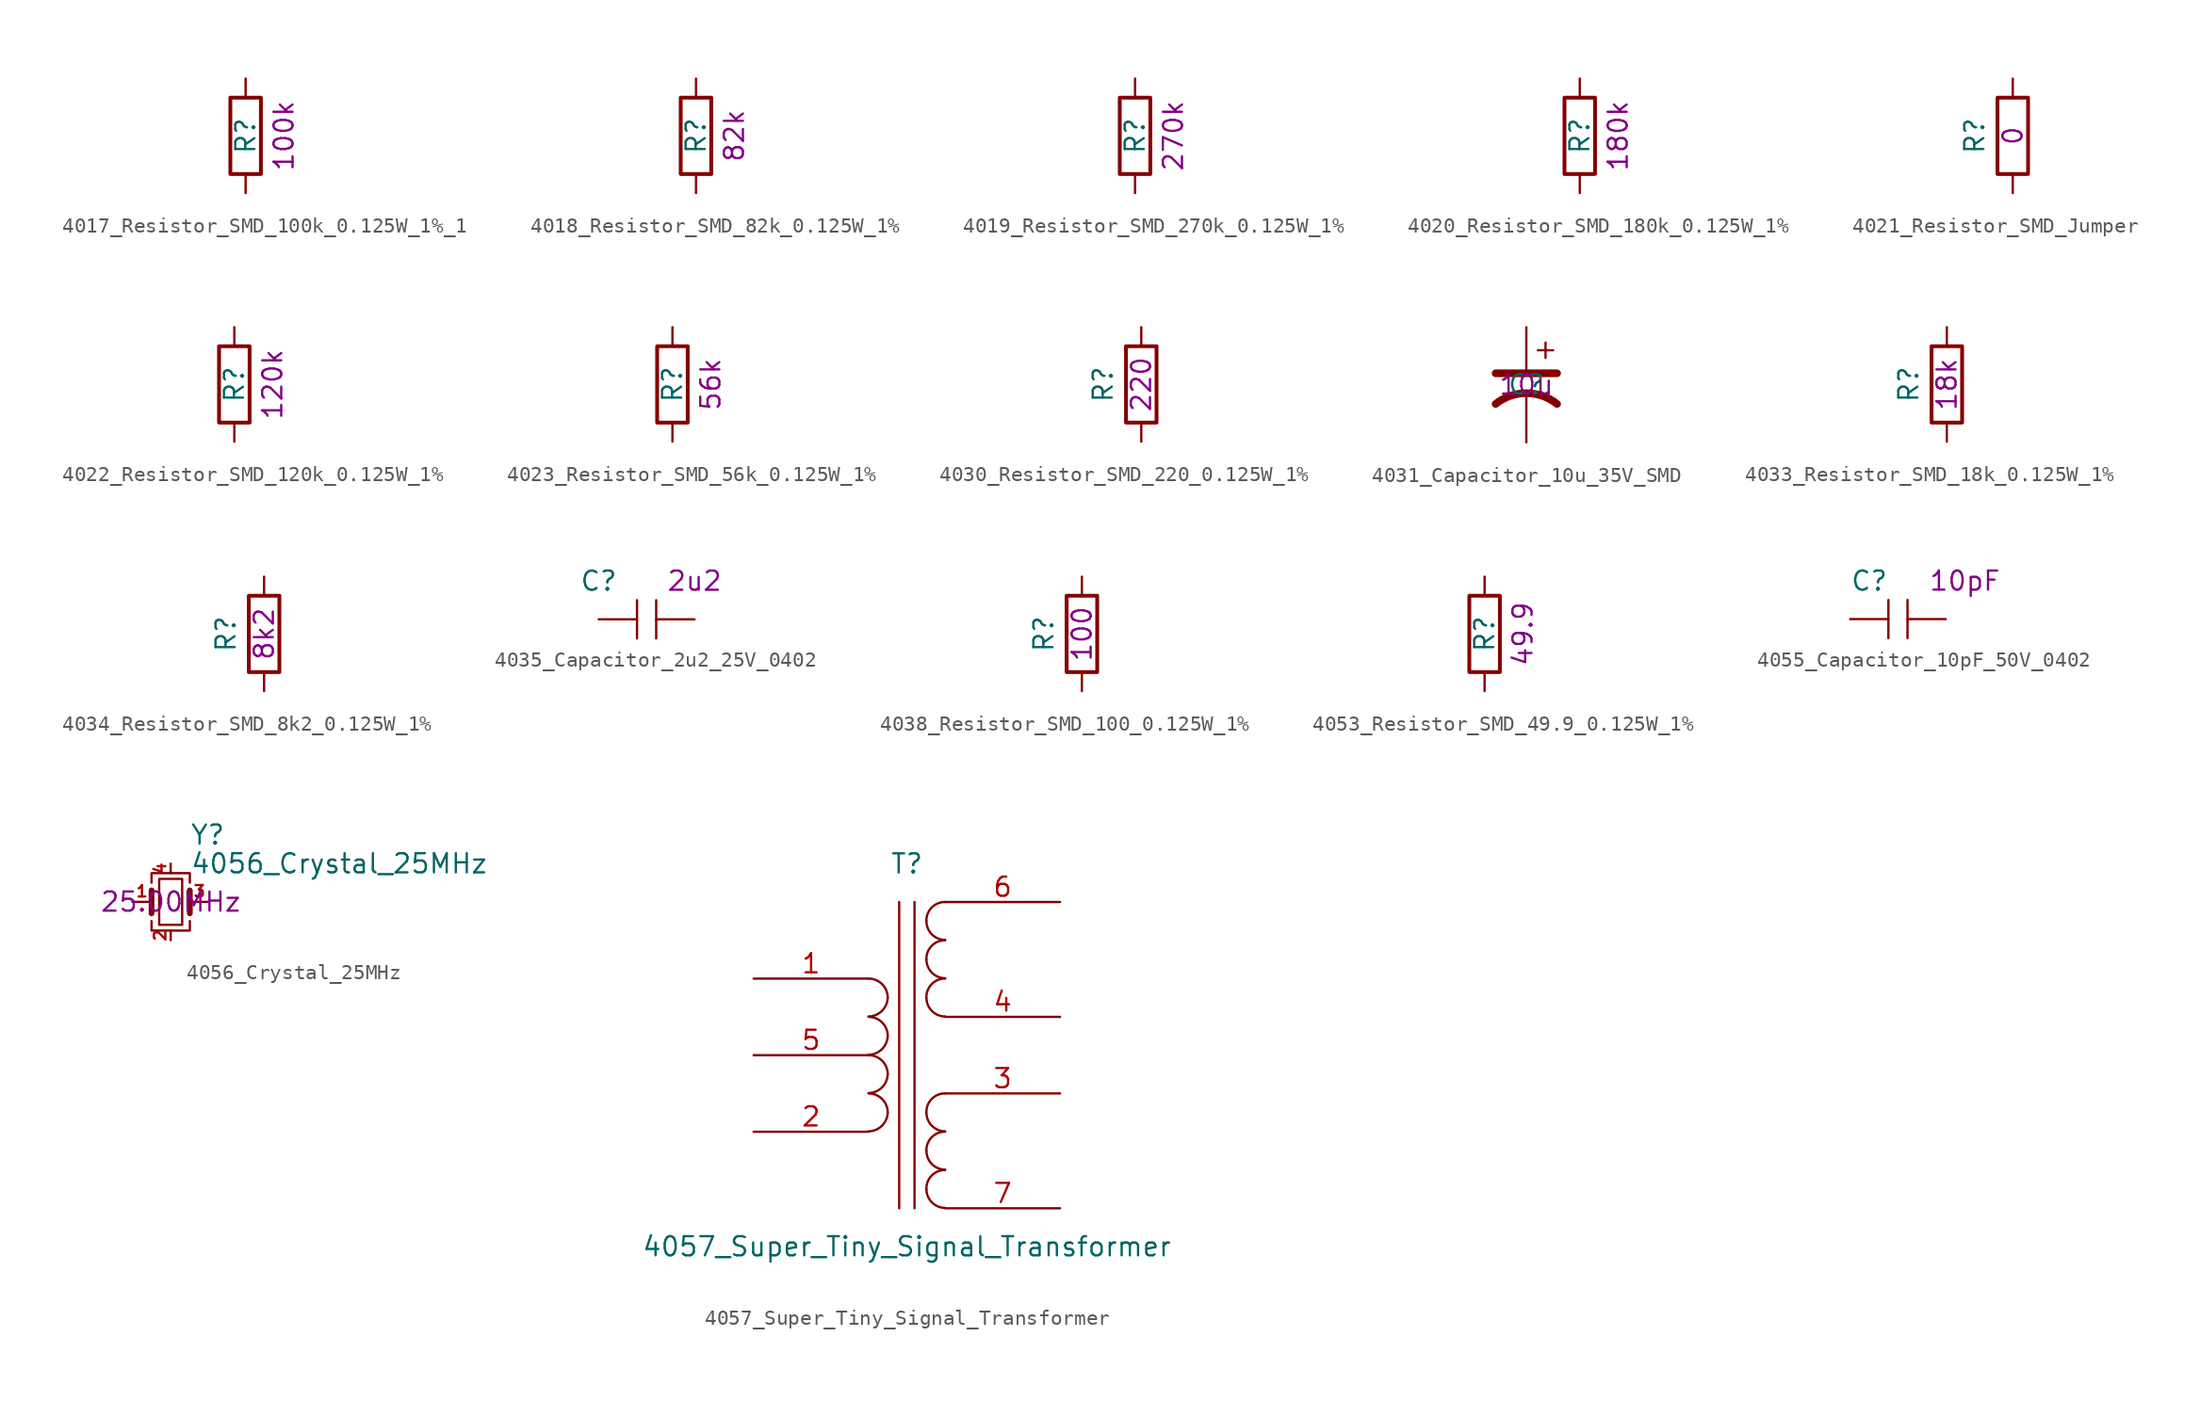
<source format=kicad_sym>
(kicad_symbol_lib
  (version 20211014)
  (generator kicad_symbol_editor)
  (symbol "4017_Resistor_SMD_100k_0.125W_1%_1"
    (pin_numbers hide)
    (pin_names
      (offset 0) hide)
    (property "Reference" "R"
      (at 0 0 90)
      (effects (font (size 1.27 1.27))))
    (property "Val" "100k"
      (at 2.54 0 90)
      (effects (font (size 1.27 1.27))))
    (symbol "4017_Resistor_SMD_100k_0.125W_1%_1_1_1"
      (rectangle (start -1.016 -2.54) (end 1.016 2.54) (stroke (width 0.254) (type default) (color 0 0 0 0)) (fill (type none)))
      (pin passive line (at 0 3.81 270) (length 1.27) (name "~" (effects (font (size 1.27 1.27)))) (number "1" (effects (font (size 1.27 1.27)))))
      (pin passive line (at 0 -3.81 90) (length 1.27) (name "~" (effects (font (size 1.27 1.27)))) (number "2" (effects (font (size 1.27 1.27)))))))
  (symbol "4018_Resistor_SMD_82k_0.125W_1%"
    (pin_numbers hide)
    (pin_names
      (offset 0) hide)
    (property "Reference" "R"
      (at 0 0 90)
      (effects (font (size 1.27 1.27))))
    (property "Val" "82k"
      (at 2.54 0 90)
      (effects (font (size 1.27 1.27))))
    (symbol "4018_Resistor_SMD_82k_0.125W_1%_1_1"
      (rectangle (start -1.016 -2.54) (end 1.016 2.54) (stroke (width 0.254) (type default) (color 0 0 0 0)) (fill (type none)))
      (pin passive line (at 0 3.81 270) (length 1.27) (name "~" (effects (font (size 1.27 1.27)))) (number "1" (effects (font (size 1.27 1.27)))))
      (pin passive line (at 0 -3.81 90) (length 1.27) (name "~" (effects (font (size 1.27 1.27)))) (number "2" (effects (font (size 1.27 1.27)))))))
  (symbol "4019_Resistor_SMD_270k_0.125W_1%"
    (pin_numbers hide)
    (pin_names
      (offset 0) hide)
    (property "Reference" "R"
      (at 0 0 90)
      (effects (font (size 1.27 1.27))))
    (property "Val" "270k"
      (at 2.54 0 90)
      (effects (font (size 1.27 1.27))))
    (symbol "4019_Resistor_SMD_270k_0.125W_1%_1_1"
      (rectangle (start -1.016 -2.54) (end 1.016 2.54) (stroke (width 0.254) (type default) (color 0 0 0 0)) (fill (type none)))
      (pin passive line (at 0 3.81 270) (length 1.27) (name "~" (effects (font (size 1.27 1.27)))) (number "1" (effects (font (size 1.27 1.27)))))
      (pin passive line (at 0 -3.81 90) (length 1.27) (name "~" (effects (font (size 1.27 1.27)))) (number "2" (effects (font (size 1.27 1.27)))))))
  (symbol "4020_Resistor_SMD_180k_0.125W_1%"
    (pin_numbers hide)
    (pin_names
      (offset 0) hide)
    (property "Reference" "R"
      (at 0 0 90)
      (effects (font (size 1.27 1.27))))
    (property "Val" "180k"
      (at 2.54 0 90)
      (effects (font (size 1.27 1.27))))
    (symbol "4020_Resistor_SMD_180k_0.125W_1%_1_1"
      (rectangle (start -1.016 -2.54) (end 1.016 2.54) (stroke (width 0.254) (type default) (color 0 0 0 0)) (fill (type none)))
      (pin passive line (at 0 3.81 270) (length 1.27) (name "~" (effects (font (size 1.27 1.27)))) (number "1" (effects (font (size 1.27 1.27)))))
      (pin passive line (at 0 -3.81 90) (length 1.27) (name "~" (effects (font (size 1.27 1.27)))) (number "2" (effects (font (size 1.27 1.27)))))))
  (symbol "4021_Resistor_SMD_Jumper"
    (pin_numbers hide)
    (pin_names
      (offset 0) hide)
    (property "Reference" "R"
      (at -2.54 0 90)
      (effects (font (size 1.27 1.27))))
    (property "Val" "0"
      (at 0 0 90)
      (effects (font (size 1.27 1.27))))
    (symbol "4021_Resistor_SMD_Jumper_1_1"
      (rectangle (start -1.016 -2.54) (end 1.016 2.54) (stroke (width 0.254) (type default) (color 0 0 0 0)) (fill (type none)))
      (pin passive line (at 0 3.81 270) (length 1.27) (name "~" (effects (font (size 1.27 1.27)))) (number "1" (effects (font (size 1.27 1.27)))))
      (pin passive line (at 0 -3.81 90) (length 1.27) (name "~" (effects (font (size 1.27 1.27)))) (number "2" (effects (font (size 1.27 1.27)))))))
  (symbol "4022_Resistor_SMD_120k_0.125W_1%"
    (pin_numbers hide)
    (pin_names
      (offset 0) hide)
    (property "Reference" "R"
      (at 0 0 90)
      (effects (font (size 1.27 1.27))))
    (property "Val" "120k"
      (at 2.54 0 90)
      (effects (font (size 1.27 1.27))))
    (symbol "4022_Resistor_SMD_120k_0.125W_1%_1_1"
      (rectangle (start -1.016 -2.54) (end 1.016 2.54) (stroke (width 0.254) (type default) (color 0 0 0 0)) (fill (type none)))
      (pin passive line (at 0 3.81 270) (length 1.27) (name "~" (effects (font (size 1.27 1.27)))) (number "1" (effects (font (size 1.27 1.27)))))
      (pin passive line (at 0 -3.81 90) (length 1.27) (name "~" (effects (font (size 1.27 1.27)))) (number "2" (effects (font (size 1.27 1.27)))))))
  (symbol "4023_Resistor_SMD_56k_0.125W_1%"
    (pin_numbers hide)
    (pin_names
      (offset 0) hide)
    (property "Reference" "R"
      (at 0 0 90)
      (effects (font (size 1.27 1.27))))
    (property "Val" "56k"
      (at 2.54 0 90)
      (effects (font (size 1.27 1.27))))
    (symbol "4023_Resistor_SMD_56k_0.125W_1%_1_1"
      (rectangle (start -1.016 -2.54) (end 1.016 2.54) (stroke (width 0.254) (type default) (color 0 0 0 0)) (fill (type none)))
      (pin passive line (at 0 3.81 270) (length 1.27) (name "~" (effects (font (size 1.27 1.27)))) (number "1" (effects (font (size 1.27 1.27)))))
      (pin passive line (at 0 -3.81 90) (length 1.27) (name "~" (effects (font (size 1.27 1.27)))) (number "2" (effects (font (size 1.27 1.27)))))))
  (symbol "4030_Resistor_SMD_220_0.125W_1%"
    (pin_numbers hide)
    (pin_names
      (offset 0) hide)
    (property "Reference" "R"
      (at -2.54 0 90)
      (effects (font (size 1.27 1.27))))
    (property "Val" "220"
      (at 0 0 90)
      (effects (font (size 1.27 1.27))))
    (symbol "4030_Resistor_SMD_220_0.125W_1%_1_1"
      (rectangle (start -1.016 -2.54) (end 1.016 2.54) (stroke (width 0.254) (type default) (color 0 0 0 0)) (fill (type none)))
      (pin passive line (at 0 3.81 270) (length 1.27) (name "~" (effects (font (size 1.27 1.27)))) (number "1" (effects (font (size 1.27 1.27)))))
      (pin passive line (at 0 -3.81 90) (length 1.27) (name "~" (effects (font (size 1.27 1.27)))) (number "2" (effects (font (size 1.27 1.27)))))))
  (symbol "4031_Capacitor_10u_35V_SMD"
    (pin_numbers hide)
    (pin_names
      (offset 1.016) hide)
    (property "Reference" "C"
      (at 0 0 0)
      (effects (font (size 1.27 1.27))))
    (property "Val" "10u"
      (at 0 0 0)
      (effects (font (size 1.27 1.27))))
    (symbol "4031_Capacitor_10u_35V_SMD_1_1"
      (polyline (pts (xy -2.032 0.762) (xy 2.032 0.762)) (stroke (width 0.508) (type default) (color 0 0 0 0)) (fill (type none)))
      (polyline (pts (xy 0.762 2.286) (xy 1.778 2.286)) (stroke (width 0) (type default) (color 0 0 0 0)) (fill (type none)))
      (polyline (pts (xy 1.27 1.778) (xy 1.27 2.794)) (stroke (width 0) (type default) (color 0 0 0 0)) (fill (type none)))
      (arc (start 2.032 -1.27) (mid 0 -0.5572) (end -2.032 -1.27) (stroke (width 0.508) (type default) (color 0 0 0 0)) (fill (type none)))
      (pin passive line (at 0 3.81 270) (length 2.794) (name "~" (effects (font (size 1.27 1.27)))) (number "1" (effects (font (size 1.27 1.27)))))
      (pin passive line (at 0 -3.81 90) (length 3.302) (name "~" (effects (font (size 1.27 1.27)))) (number "2" (effects (font (size 1.27 1.27)))))))
  (symbol "4033_Resistor_SMD_18k_0.125W_1%"
    (pin_numbers hide)
    (pin_names
      (offset 0) hide)
    (property "Reference" "R"
      (at -2.54 0 90)
      (effects (font (size 1.27 1.27))))
    (property "Val" "18k"
      (at 0 0 90)
      (effects (font (size 1.27 1.27))))
    (symbol "4033_Resistor_SMD_18k_0.125W_1%_1_1"
      (rectangle (start -1.016 -2.54) (end 1.016 2.54) (stroke (width 0.254) (type default) (color 0 0 0 0)) (fill (type none)))
      (pin passive line (at 0 3.81 270) (length 1.27) (name "~" (effects (font (size 1.27 1.27)))) (number "1" (effects (font (size 1.27 1.27)))))
      (pin passive line (at 0 -3.81 90) (length 1.27) (name "~" (effects (font (size 1.27 1.27)))) (number "2" (effects (font (size 1.27 1.27)))))))
  (symbol "4034_Resistor_SMD_8k2_0.125W_1%"
    (pin_numbers hide)
    (pin_names
      (offset 0) hide)
    (property "Reference" "R"
      (at -2.54 0 90)
      (effects (font (size 1.27 1.27))))
    (property "Val" "8k2"
      (at 0 0 90)
      (effects (font (size 1.27 1.27))))
    (symbol "4034_Resistor_SMD_8k2_0.125W_1%_1_1"
      (rectangle (start -1.016 -2.54) (end 1.016 2.54) (stroke (width 0.254) (type default) (color 0 0 0 0)) (fill (type none)))
      (pin passive line (at 0 3.81 270) (length 1.27) (name "~" (effects (font (size 1.27 1.27)))) (number "1" (effects (font (size 1.27 1.27)))))
      (pin passive line (at 0 -3.81 90) (length 1.27) (name "~" (effects (font (size 1.27 1.27)))) (number "2" (effects (font (size 1.27 1.27)))))))
  (symbol "4035_Capacitor_2u2_25V_0402"
    (pin_numbers hide)
    (pin_names
      (offset 1.016) hide)
    (property "Reference" "C"
      (at -3.81 2.54 0)
      (effects (font (size 1.27 1.27))))
    (property "Val" "2u2"
      (at 2.54 2.54 0)
      (effects (font (size 1.27 1.27))))
    (symbol "4035_Capacitor_2u2_25V_0402_1_1"
      (polyline (pts (xy -1.27 -1.27) (xy -1.27 1.27)) (stroke (width 0) (type default) (color 0 0 0 0)) (fill (type none)))
      (polyline (pts (xy 0 1.27) (xy 0 -1.27)) (stroke (width 0) (type default) (color 0 0 0 0)) (fill (type none)))
      (pin passive line (at -3.81 0 0) (length 2.54) (name "~" (effects (font (size 1.27 1.27)))) (number "1" (effects (font (size 1.27 1.27)))))
      (pin passive line (at 2.54 0 180) (length 2.54) (name "~" (effects (font (size 1.27 1.27)))) (number "2" (effects (font (size 1.27 1.27)))))))
  (symbol "4038_Resistor_SMD_100_0.125W_1%"
    (pin_numbers hide)
    (pin_names
      (offset 0) hide)
    (property "Reference" "R"
      (at -2.54 0 90)
      (effects (font (size 1.27 1.27))))
    (property "Val" "100"
      (at 0 0 90)
      (effects (font (size 1.27 1.27))))
    (symbol "4038_Resistor_SMD_100_0.125W_1%_1_1"
      (rectangle (start -1.016 -2.54) (end 1.016 2.54) (stroke (width 0.254) (type default) (color 0 0 0 0)) (fill (type none)))
      (pin passive line (at 0 3.81 270) (length 1.27) (name "~" (effects (font (size 1.27 1.27)))) (number "1" (effects (font (size 1.27 1.27)))))
      (pin passive line (at 0 -3.81 90) (length 1.27) (name "~" (effects (font (size 1.27 1.27)))) (number "2" (effects (font (size 1.27 1.27)))))))
  (symbol "4053_Resistor_SMD_49.9_0.125W_1%"
    (pin_numbers hide)
    (pin_names
      (offset 0) hide)
    (property "Reference" "R"
      (at 0 0 90)
      (effects (font (size 1.27 1.27))))
    (property "Val" "49.9"
      (at 2.54 0 90)
      (effects (font (size 1.27 1.27))))
    (symbol "4053_Resistor_SMD_49.9_0.125W_1%_1_1"
      (rectangle (start -1.016 -2.54) (end 1.016 2.54) (stroke (width 0.254) (type default) (color 0 0 0 0)) (fill (type none)))
      (pin passive line (at 0 3.81 270) (length 1.27) (name "~" (effects (font (size 1.27 1.27)))) (number "1" (effects (font (size 1.27 1.27)))))
      (pin passive line (at 0 -3.81 90) (length 1.27) (name "~" (effects (font (size 1.27 1.27)))) (number "2" (effects (font (size 1.27 1.27)))))))
  (symbol "4055_Capacitor_10pF_50V_0402"
    (pin_numbers hide)
    (pin_names
      (offset 1.016) hide)
    (property "Reference" "C"
      (at -2.54 2.54 0)
      (effects (font (size 1.27 1.27))))
    (property "Val" "10pF"
      (at 3.81 2.54 0)
      (effects (font (size 1.27 1.27))))
    (symbol "4055_Capacitor_10pF_50V_0402_1_1"
      (polyline (pts (xy -1.27 -1.27) (xy -1.27 1.27)) (stroke (width 0) (type default) (color 0 0 0 0)) (fill (type none)))
      (polyline (pts (xy 0 1.27) (xy 0 -1.27)) (stroke (width 0) (type default) (color 0 0 0 0)) (fill (type none)))
      (pin passive line (at -3.81 0 0) (length 2.54) (name "~" (effects (font (size 1.27 1.27)))) (number "1" (effects (font (size 1.27 1.27)))))
      (pin passive line (at 2.54 0 180) (length 2.54) (name "~" (effects (font (size 1.27 1.27)))) (number "2" (effects (font (size 1.27 1.27)))))))
  (symbol "4056_Crystal_25MHz"
    (pin_names
      (offset 1.016) hide)
    (property "Reference" "Y"
      (at 1.27 4.445 0)
      (effects (font (size 1.27 1.27)) (justify left)))
    (property "Value" "4056_Crystal_25MHz"
      (at 1.27 2.54 0)
      (effects (font (size 1.27 1.27)) (justify left)))
    (property "Val" "25.00MHz"
      (at 0 0 0)
      (effects (font (size 1.27 1.27))))
    (symbol "4056_Crystal_25MHz_0_1"
      (rectangle (start -0.762 -1.524) (end 0.762 1.524) (stroke (width 0) (type default) (color 0 0 0 0)) (fill (type none)))
      (polyline (pts (xy -1.27 -0.762) (xy -1.27 0.762)) (stroke (width 0.381) (type default) (color 0 0 0 0)) (fill (type none)))
      (polyline (pts (xy 1.27 -0.762) (xy 1.27 0.762)) (stroke (width 0.381) (type default) (color 0 0 0 0)) (fill (type none)))
      (polyline (pts (xy -1.27 -1.27) (xy -1.27 -1.905) (xy 1.27 -1.905) (xy 1.27 -1.27)) (stroke (width 0) (type default) (color 0 0 0 0)) (fill (type none)))
      (polyline (pts (xy -1.27 1.27) (xy -1.27 1.905) (xy 1.27 1.905) (xy 1.27 1.27)) (stroke (width 0) (type default) (color 0 0 0 0)) (fill (type none))))
    (symbol "4056_Crystal_25MHz_1_1"
      (pin passive line (at -2.54 0 0) (length 1.27) (name "1" (effects (font (size 1.27 1.27)))) (number "1" (effects (font (size 0.762 0.762)))))
      (pin passive line (at 0 -2.54 90) (length 0.635) (name "2" (effects (font (size 1.27 1.27)))) (number "2" (effects (font (size 0.762 0.762)))))
      (pin passive line (at 2.54 0 180) (length 1.27) (name "3" (effects (font (size 1.27 1.27)))) (number "3" (effects (font (size 0.762 0.762)))))
      (pin passive line (at 0 2.54 270) (length 0.635) (name "4" (effects (font (size 1.27 1.27)))) (number "4" (effects (font (size 0.762 0.762)))))))
  (symbol "4057_Super_Tiny_Signal_Transformer"
    (pin_names
      (offset 1.016) hide)
    (property "Reference" "T"
      (at 0 12.7 0)
      (effects (font (size 1.27 1.27))))
    (property "Value" "4057_Super_Tiny_Signal_Transformer"
      (at 0 -12.7 0)
      (effects (font (size 1.27 1.27))))
    (symbol "4057_Super_Tiny_Signal_Transformer_0_1"
      (arc (start -2.54 -5.0546) (mid -1.6599 -4.6901) (end -1.27 -3.81) (stroke (width 0) (type default) (color 0 0 0 0)) (fill (type none)))
      (arc (start -2.54 -2.5146) (mid -1.6599 -2.1501) (end -1.27 -1.27) (stroke (width 0) (type default) (color 0 0 0 0)) (fill (type none)))
      (arc (start -2.54 0.0254) (mid -1.6599 0.3899) (end -1.27 1.27) (stroke (width 0) (type default) (color 0 0 0 0)) (fill (type none)))
      (arc (start -2.54 2.5654) (mid -1.6599 2.9299) (end -1.27 3.81) (stroke (width 0) (type default) (color 0 0 0 0)) (fill (type none)))
      (arc (start -1.27 -3.81) (mid -1.642 -2.912) (end -2.54 -2.54) (stroke (width 0) (type default) (color 0 0 0 0)) (fill (type none)))
      (arc (start -1.27 -1.27) (mid -1.642 -0.372) (end -2.54 0) (stroke (width 0) (type default) (color 0 0 0 0)) (fill (type none)))
      (arc (start -1.27 1.27) (mid -1.642 2.168) (end -2.54 2.54) (stroke (width 0) (type default) (color 0 0 0 0)) (fill (type none)))
      (arc (start -1.27 3.81) (mid -1.642 4.708) (end -2.54 5.08) (stroke (width 0) (type default) (color 0 0 0 0)) (fill (type none)))
      (polyline (pts (xy -0.508 -10.16) (xy -0.508 10.16)) (stroke (width 0) (type default) (color 0 0 0 0)) (fill (type none)))
      (polyline (pts (xy 0.508 10.16) (xy 0.508 -10.16)) (stroke (width 0) (type default) (color 0 0 0 0)) (fill (type none)))
      (arc (start 1.2954 -8.89) (mid 1.6599 -9.7701) (end 2.54 -10.1346) (stroke (width 0) (type default) (color 0 0 0 0)) (fill (type none)))
      (arc (start 1.2954 -6.35) (mid 1.6599 -7.2301) (end 2.54 -7.5946) (stroke (width 0) (type default) (color 0 0 0 0)) (fill (type none)))
      (arc (start 1.2954 -3.81) (mid 1.6599 -4.6901) (end 2.54 -5.0546) (stroke (width 0) (type default) (color 0 0 0 0)) (fill (type none)))
      (arc (start 1.2954 3.81) (mid 1.6599 2.9299) (end 2.54 2.5654) (stroke (width 0) (type default) (color 0 0 0 0)) (fill (type none)))
      (arc (start 1.2954 6.35) (mid 1.6599 5.4699) (end 2.54 5.1054) (stroke (width 0) (type default) (color 0 0 0 0)) (fill (type none)))
      (arc (start 1.2954 8.89) (mid 1.6599 8.0099) (end 2.54 7.6454) (stroke (width 0) (type default) (color 0 0 0 0)) (fill (type none)))
      (arc (start 2.54 -7.62) (mid 1.642 -7.992) (end 1.2954 -8.89) (stroke (width 0) (type default) (color 0 0 0 0)) (fill (type none)))
      (arc (start 2.54 -5.08) (mid 1.642 -5.452) (end 1.2954 -6.35) (stroke (width 0) (type default) (color 0 0 0 0)) (fill (type none)))
      (arc (start 2.54 -2.54) (mid 1.642 -2.912) (end 1.2954 -3.81) (stroke (width 0) (type default) (color 0 0 0 0)) (fill (type none)))
      (arc (start 2.54 5.08) (mid 1.642 4.708) (end 1.2954 3.81) (stroke (width 0) (type default) (color 0 0 0 0)) (fill (type none)))
      (arc (start 2.54 7.62) (mid 1.642 7.248) (end 1.2954 6.35) (stroke (width 0) (type default) (color 0 0 0 0)) (fill (type none)))
      (arc (start 2.54 10.16) (mid 1.642 9.788) (end 1.2954 8.89) (stroke (width 0) (type default) (color 0 0 0 0)) (fill (type none))))
    (symbol "4057_Super_Tiny_Signal_Transformer_1_1"
      (pin passive line (at -10.16 5.08 0) (length 7.62) (name "IN+" (effects (font (size 1.27 1.27)))) (number "1" (effects (font (size 1.27 1.27)))))
      (pin passive line (at -10.16 -5.08 0) (length 7.62) (name "IN-" (effects (font (size 1.27 1.27)))) (number "2" (effects (font (size 1.27 1.27)))))
      (pin passive line (at 10.16 -2.54 180) (length 7.62) (name "OUT2A" (effects (font (size 1.27 1.27)))) (number "3" (effects (font (size 1.27 1.27)))))
      (pin passive line (at 10.16 2.54 180) (length 7.62) (name "OUT1B" (effects (font (size 1.27 1.27)))) (number "4" (effects (font (size 1.27 1.27)))))
      (pin passive line (at -10.16 0 0) (length 7.62) (name "PM" (effects (font (size 1.27 1.27)))) (number "5" (effects (font (size 1.27 1.27)))))
      (pin passive line (at 10.16 10.16 180) (length 7.62) (name "OUT1A" (effects (font (size 1.27 1.27)))) (number "6" (effects (font (size 1.27 1.27)))))
      (pin passive line (at 10.16 -10.16 180) (length 7.62) (name "OUT2B" (effects (font (size 1.27 1.27)))) (number "7" (effects (font (size 1.27 1.27))))))))
</source>
